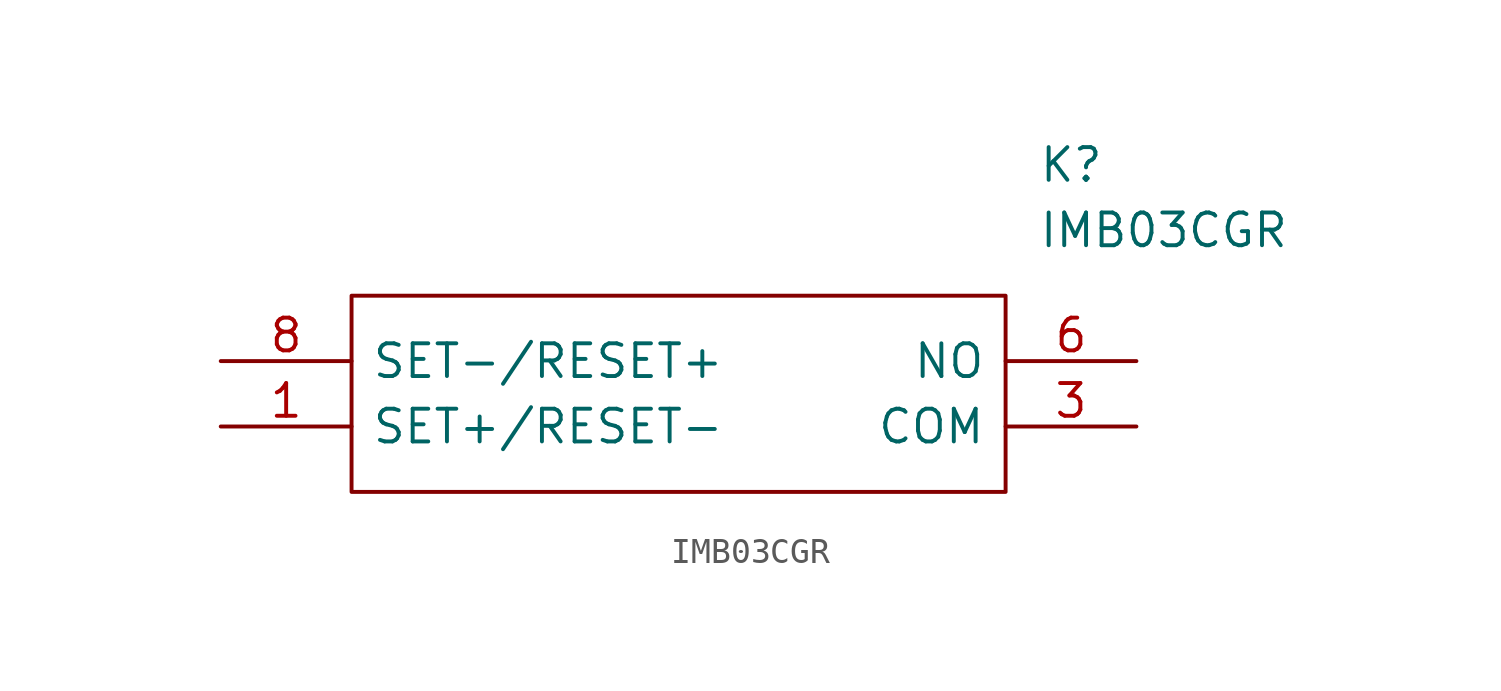
<source format=kicad_sym>
(kicad_symbol_lib
  (version 20211014)
  (generator kicad_symbol_editor)
  (symbol "IMB03CGR"
    (pin_names
      (offset 0.762))
    (property "Reference" "K"
      (at 31.75 7.62 0)
      (effects (font (size 1.27 1.27)) (justify left)))
    (property "Value" "IMB03CGR"
      (at 31.75 5.08 0)
      (effects (font (size 1.27 1.27)) (justify left)))
    (symbol "IMB03CGR_0_0"
      (pin passive line (at 0 -2.54 0) (length 5.08) (name "SET+/RESET-" (effects (font (size 1.27 1.27)))) (number "1" (effects (font (size 1.27 1.27)))))
      (pin passive line (at 35.56 -2.54 180) (length 5.08) (name "COM" (effects (font (size 1.27 1.27)))) (number "3" (effects (font (size 1.27 1.27)))))
      (pin passive line (at 35.56 0 180) (length 5.08) (name "NO" (effects (font (size 1.27 1.27)))) (number "6" (effects (font (size 1.27 1.27)))))
      (pin passive line (at 0 0 0) (length 5.08) (name "SET-/RESET+" (effects (font (size 1.27 1.27)))) (number "8" (effects (font (size 1.27 1.27))))))
    (symbol "IMB03CGR_0_1"
      (polyline (pts (xy 5.08 2.54) (xy 30.48 2.54) (xy 30.48 -5.08) (xy 5.08 -5.08) (xy 5.08 2.54)) (stroke (width 0.152) (type default) (color 0 0 0 0)) (fill (type none))))))
</source>
